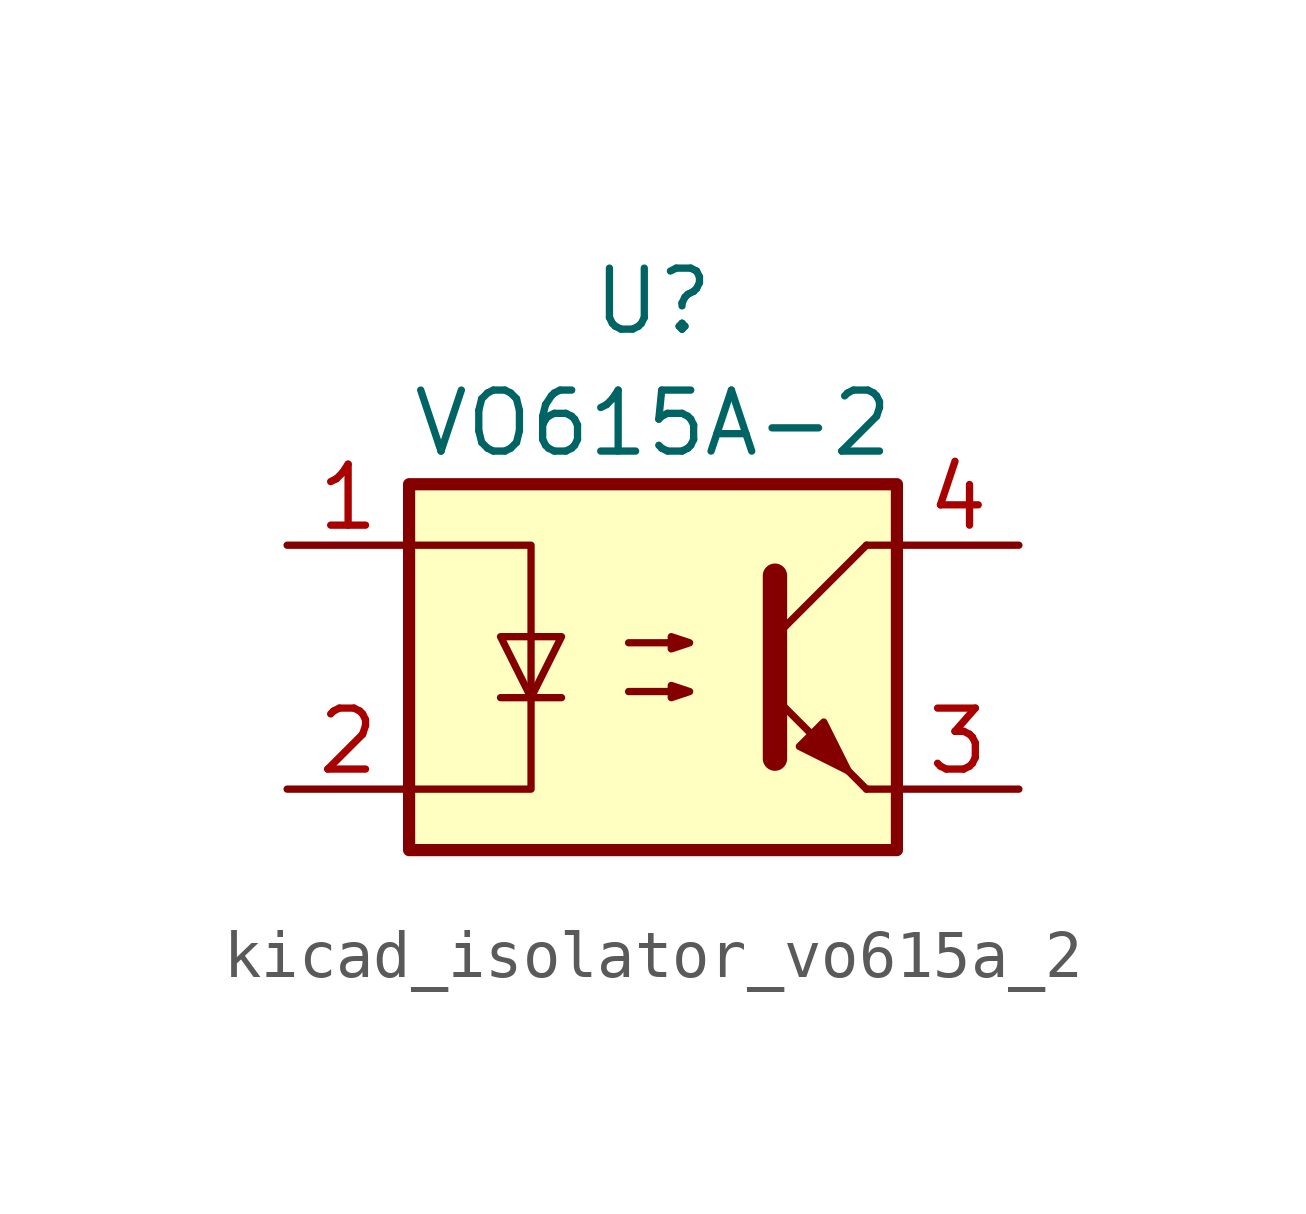
<source format=kicad_sym>
(kicad_symbol_lib
  (version 20220914)
  (generator kicad_symbol_editor)
  (symbol "kicad_isolator_vo615a_2"
    (pin_names
      (offset 0.762))
    (property "Reference" "U"
      (at 0 7.62 0)
      (effects (font (size 1.27 1.27))))
    (property "Value" "VO615A-2"
      (at 0 5.08 0)
      (effects (font (size 1.27 1.27))))
    (symbol "kicad_isolator_vo615a_2_0_1"
      (rectangle (start -5.08 3.81) (end 5.08 -3.81) (stroke (width 0.254) (type default)) (fill (type background)))
      (polyline (pts (xy -3.175 -0.635) (xy -1.905 -0.635)) (stroke (width 0) (type default)) (fill (type none)))
      (polyline (pts (xy 2.54 0.635) (xy 4.445 2.54)) (stroke (width 0) (type default)) (fill (type none)))
      (polyline (pts (xy 4.445 -2.54) (xy 2.54 -0.635)) (stroke (width 0) (type default)) (fill (type outline)))
      (polyline (pts (xy 4.445 -2.54) (xy 5.08 -2.54)) (stroke (width 0) (type default)) (fill (type none)))
      (polyline (pts (xy 4.445 2.54) (xy 5.08 2.54)) (stroke (width 0) (type default)) (fill (type none)))
      (polyline (pts (xy 2.54 1.905) (xy 2.54 -1.905) (xy 2.54 -1.905)) (stroke (width 0.508) (type default)) (fill (type none)))
      (polyline (pts (xy -5.08 2.54) (xy -2.54 2.54) (xy -2.54 -2.54) (xy -5.08 -2.54)) (stroke (width 0) (type default)) (fill (type none)))
      (polyline (pts (xy -2.54 -0.635) (xy -3.175 0.635) (xy -1.905 0.635) (xy -2.54 -0.635)) (stroke (width 0) (type default)) (fill (type none)))
      (polyline (pts (xy -0.508 -0.508) (xy 0.762 -0.508) (xy 0.381 -0.635) (xy 0.381 -0.381) (xy 0.762 -0.508)) (stroke (width 0) (type default)) (fill (type none)))
      (polyline (pts (xy -0.508 0.508) (xy 0.762 0.508) (xy 0.381 0.381) (xy 0.381 0.635) (xy 0.762 0.508)) (stroke (width 0) (type default)) (fill (type none)))
      (polyline (pts (xy 3.048 -1.651) (xy 3.556 -1.143) (xy 4.064 -2.159) (xy 3.048 -1.651) (xy 3.048 -1.651)) (stroke (width 0) (type default)) (fill (type outline))))
    (symbol "kicad_isolator_vo615a_2_1_1"
      (pin passive line (at -7.62 2.54 0) (length 2.54) (name "~" (effects (font (size 1.27 1.27)))) (number "1" (effects (font (size 1.27 1.27)))))
      (pin passive line (at -7.62 -2.54 0) (length 2.54) (name "~" (effects (font (size 1.27 1.27)))) (number "2" (effects (font (size 1.27 1.27)))))
      (pin passive line (at 7.62 -2.54 180) (length 2.54) (name "~" (effects (font (size 1.27 1.27)))) (number "3" (effects (font (size 1.27 1.27)))))
      (pin passive line (at 7.62 2.54 180) (length 2.54) (name "~" (effects (font (size 1.27 1.27)))) (number "4" (effects (font (size 1.27 1.27))))))))
</source>
